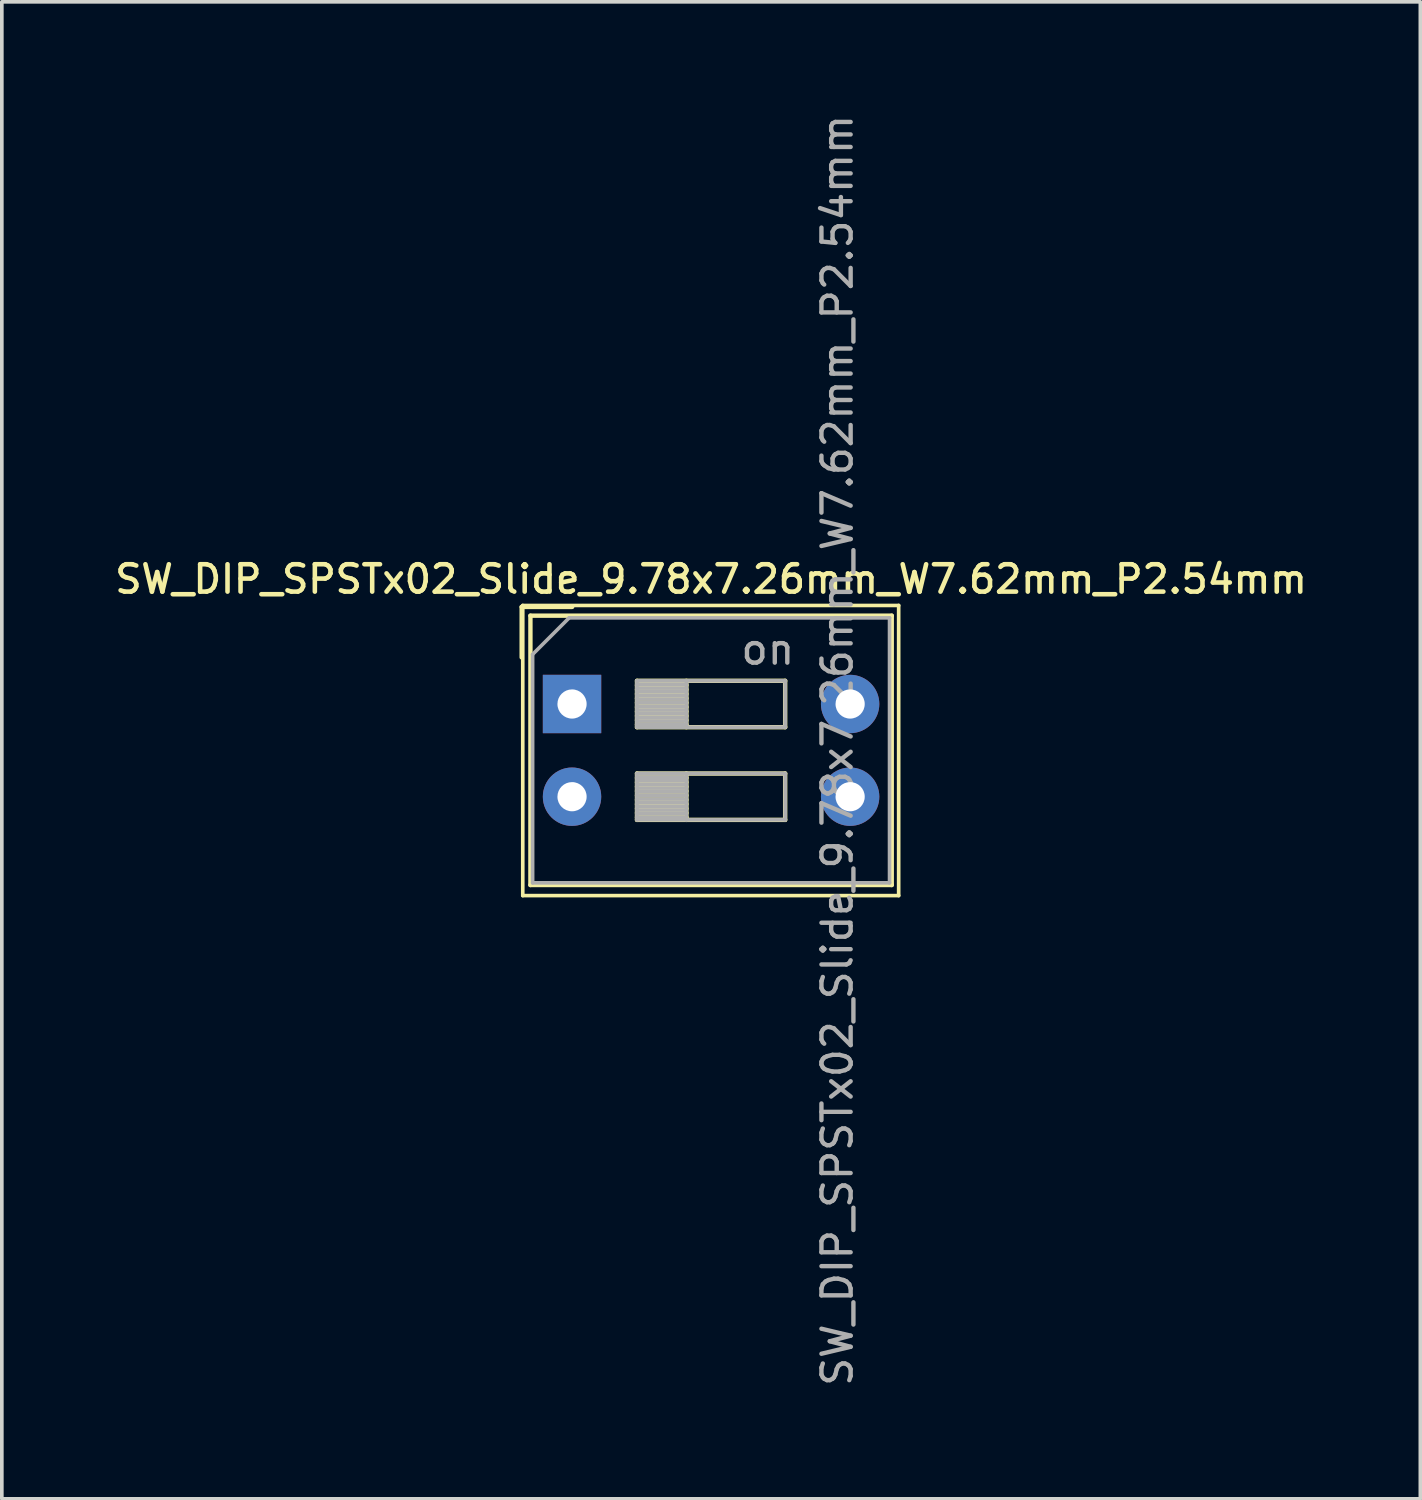
<source format=kicad_pcb>
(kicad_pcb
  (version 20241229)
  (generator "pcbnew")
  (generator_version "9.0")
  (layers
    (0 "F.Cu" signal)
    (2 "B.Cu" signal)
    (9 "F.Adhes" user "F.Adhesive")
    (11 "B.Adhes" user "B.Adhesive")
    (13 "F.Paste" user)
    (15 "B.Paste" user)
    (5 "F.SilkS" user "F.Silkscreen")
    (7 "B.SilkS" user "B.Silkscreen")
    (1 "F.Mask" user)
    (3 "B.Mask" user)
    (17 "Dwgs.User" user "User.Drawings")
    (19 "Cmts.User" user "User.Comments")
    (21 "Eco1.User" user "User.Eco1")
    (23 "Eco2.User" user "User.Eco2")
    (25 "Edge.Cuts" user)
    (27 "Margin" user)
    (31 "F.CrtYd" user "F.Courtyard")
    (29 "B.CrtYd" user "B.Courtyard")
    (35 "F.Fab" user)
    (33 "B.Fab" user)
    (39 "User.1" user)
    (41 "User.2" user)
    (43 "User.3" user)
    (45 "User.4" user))
  (footprint "SW_DIP_SPSTx02_Slide_9.78x7.26mm_W7.62mm_P2.54mm"
    (layer "F.Cu")
    (at 12.624 16.24)
    (property "Reference" "SW_DIP_SPSTx02_Slide_9.78x7.26mm_W7.62mm_P2.54mm" (at 3.81 -3.42 0) (layer "F.SilkS") (effects (font (size 0.75 0.75) (thickness 0.125))))
    (attr through_hole)
    (fp_line (start -1.38 -2.66) (end -1.38 -1.277) (stroke (width 0.12) (type solid)) (layer "F.SilkS"))
    (fp_line (start -1.38 -2.66) (end 0.004 -2.66) (stroke (width 0.12) (type solid)) (layer "F.SilkS"))
    (fp_line (start -1.35 -2.7) (end -1.35 5.25) (stroke (width 0.1) (type solid)) (layer "F.SilkS"))
    (fp_line (start -1.35 5.25) (end 8.95 5.25) (stroke (width 0.1) (type solid)) (layer "F.SilkS"))
    (fp_line (start -1.14 -2.42) (end -1.14 4.96) (stroke (width 0.12) (type solid)) (layer "F.SilkS"))
    (fp_line (start -1.14 -2.42) (end 8.76 -2.42) (stroke (width 0.12) (type solid)) (layer "F.SilkS"))
    (fp_line (start -1.14 4.96) (end 8.76 4.96) (stroke (width 0.12) (type solid)) (layer "F.SilkS"))
    (fp_line (start 1.78 -0.635) (end 1.78 0.635) (stroke (width 0.12) (type solid)) (layer "F.SilkS"))
    (fp_line (start 1.78 -0.515) (end 3.133 -0.515) (stroke (width 0.12) (type solid)) (layer "F.SilkS"))
    (fp_line (start 1.78 -0.395) (end 3.133 -0.395) (stroke (width 0.12) (type solid)) (layer "F.SilkS"))
    (fp_line (start 1.78 -0.275) (end 3.133 -0.275) (stroke (width 0.12) (type solid)) (layer "F.SilkS"))
    (fp_line (start 1.78 -0.155) (end 3.133 -0.155) (stroke (width 0.12) (type solid)) (layer "F.SilkS"))
    (fp_line (start 1.78 -0.035) (end 3.133 -0.035) (stroke (width 0.12) (type solid)) (layer "F.SilkS"))
    (fp_line (start 1.78 0.085) (end 3.133 0.085) (stroke (width 0.12) (type solid)) (layer "F.SilkS"))
    (fp_line (start 1.78 0.205) (end 3.133 0.205) (stroke (width 0.12) (type solid)) (layer "F.SilkS"))
    (fp_line (start 1.78 0.325) (end 3.133 0.325) (stroke (width 0.12) (type solid)) (layer "F.SilkS"))
    (fp_line (start 1.78 0.445) (end 3.133 0.445) (stroke (width 0.12) (type solid)) (layer "F.SilkS"))
    (fp_line (start 1.78 0.565) (end 3.133 0.565) (stroke (width 0.12) (type solid)) (layer "F.SilkS"))
    (fp_line (start 1.78 0.635) (end 5.84 0.635) (stroke (width 0.12) (type solid)) (layer "F.SilkS"))
    (fp_line (start 1.78 1.905) (end 1.78 3.175) (stroke (width 0.12) (type solid)) (layer "F.SilkS"))
    (fp_line (start 1.78 2.025) (end 3.133 2.025) (stroke (width 0.12) (type solid)) (layer "F.SilkS"))
    (fp_line (start 1.78 2.145) (end 3.133 2.145) (stroke (width 0.12) (type solid)) (layer "F.SilkS"))
    (fp_line (start 1.78 2.265) (end 3.133 2.265) (stroke (width 0.12) (type solid)) (layer "F.SilkS"))
    (fp_line (start 1.78 2.385) (end 3.133 2.385) (stroke (width 0.12) (type solid)) (layer "F.SilkS"))
    (fp_line (start 1.78 2.505) (end 3.133 2.505) (stroke (width 0.12) (type solid)) (layer "F.SilkS"))
    (fp_line (start 1.78 2.625) (end 3.133 2.625) (stroke (width 0.12) (type solid)) (layer "F.SilkS"))
    (fp_line (start 1.78 2.745) (end 3.133 2.745) (stroke (width 0.12) (type solid)) (layer "F.SilkS"))
    (fp_line (start 1.78 2.865) (end 3.133 2.865) (stroke (width 0.12) (type solid)) (layer "F.SilkS"))
    (fp_line (start 1.78 2.985) (end 3.133 2.985) (stroke (width 0.12) (type solid)) (layer "F.SilkS"))
    (fp_line (start 1.78 3.105) (end 3.133 3.105) (stroke (width 0.12) (type solid)) (layer "F.SilkS"))
    (fp_line (start 1.78 3.175) (end 5.84 3.175) (stroke (width 0.12) (type solid)) (layer "F.SilkS"))
    (fp_line (start 3.133 -0.635) (end 3.133 0.635) (stroke (width 0.12) (type solid)) (layer "F.SilkS"))
    (fp_line (start 3.133 1.905) (end 3.133 3.175) (stroke (width 0.12) (type solid)) (layer "F.SilkS"))
    (fp_line (start 5.84 -0.635) (end 1.78 -0.635) (stroke (width 0.12) (type solid)) (layer "F.SilkS"))
    (fp_line (start 5.84 0.635) (end 5.84 -0.635) (stroke (width 0.12) (type solid)) (layer "F.SilkS"))
    (fp_line (start 5.84 1.905) (end 1.78 1.905) (stroke (width 0.12) (type solid)) (layer "F.SilkS"))
    (fp_line (start 5.84 3.175) (end 5.84 1.905) (stroke (width 0.12) (type solid)) (layer "F.SilkS"))
    (fp_line (start 8.76 -2.42) (end 8.76 4.96) (stroke (width 0.12) (type solid)) (layer "F.SilkS"))
    (fp_line (start 8.95 -2.7) (end -1.35 -2.7) (stroke (width 0.1) (type solid)) (layer "F.SilkS"))
    (fp_line (start 8.95 5.25) (end 8.95 -2.7) (stroke (width 0.1) (type solid)) (layer "F.SilkS"))
    (fp_line (start -1.08 -1.36) (end -0.08 -2.36) (stroke (width 0.1) (type solid)) (layer "F.Fab"))
    (fp_line (start -1.08 4.9) (end -1.08 -1.36) (stroke (width 0.1) (type solid)) (layer "F.Fab"))
    (fp_line (start -0.08 -2.36) (end 8.7 -2.36) (stroke (width 0.1) (type solid)) (layer "F.Fab"))
    (fp_line (start 1.78 -0.635) (end 1.78 0.635) (stroke (width 0.1) (type solid)) (layer "F.Fab"))
    (fp_line (start 1.78 -0.535) (end 3.133 -0.535) (stroke (width 0.1) (type solid)) (layer "F.Fab"))
    (fp_line (start 1.78 -0.435) (end 3.133 -0.435) (stroke (width 0.1) (type solid)) (layer "F.Fab"))
    (fp_line (start 1.78 -0.335) (end 3.133 -0.335) (stroke (width 0.1) (type solid)) (layer "F.Fab"))
    (fp_line (start 1.78 -0.235) (end 3.133 -0.235) (stroke (width 0.1) (type solid)) (layer "F.Fab"))
    (fp_line (start 1.78 -0.135) (end 3.133 -0.135) (stroke (width 0.1) (type solid)) (layer "F.Fab"))
    (fp_line (start 1.78 -0.035) (end 3.133 -0.035) (stroke (width 0.1) (type solid)) (layer "F.Fab"))
    (fp_line (start 1.78 0.065) (end 3.133 0.065) (stroke (width 0.1) (type solid)) (layer "F.Fab"))
    (fp_line (start 1.78 0.165) (end 3.133 0.165) (stroke (width 0.1) (type solid)) (layer "F.Fab"))
    (fp_line (start 1.78 0.265) (end 3.133 0.265) (stroke (width 0.1) (type solid)) (layer "F.Fab"))
    (fp_line (start 1.78 0.365) (end 3.133 0.365) (stroke (width 0.1) (type solid)) (layer "F.Fab"))
    (fp_line (start 1.78 0.465) (end 3.133 0.465) (stroke (width 0.1) (type solid)) (layer "F.Fab"))
    (fp_line (start 1.78 0.565) (end 3.133 0.565) (stroke (width 0.1) (type solid)) (layer "F.Fab"))
    (fp_line (start 1.78 0.635) (end 5.84 0.635) (stroke (width 0.1) (type solid)) (layer "F.Fab"))
    (fp_line (start 1.78 1.905) (end 1.78 3.175) (stroke (width 0.1) (type solid)) (layer "F.Fab"))
    (fp_line (start 1.78 2.005) (end 3.133 2.005) (stroke (width 0.1) (type solid)) (layer "F.Fab"))
    (fp_line (start 1.78 2.105) (end 3.133 2.105) (stroke (width 0.1) (type solid)) (layer "F.Fab"))
    (fp_line (start 1.78 2.205) (end 3.133 2.205) (stroke (width 0.1) (type solid)) (layer "F.Fab"))
    (fp_line (start 1.78 2.305) (end 3.133 2.305) (stroke (width 0.1) (type solid)) (layer "F.Fab"))
    (fp_line (start 1.78 2.405) (end 3.133 2.405) (stroke (width 0.1) (type solid)) (layer "F.Fab"))
    (fp_line (start 1.78 2.505) (end 3.133 2.505) (stroke (width 0.1) (type solid)) (layer "F.Fab"))
    (fp_line (start 1.78 2.605) (end 3.133 2.605) (stroke (width 0.1) (type solid)) (layer "F.Fab"))
    (fp_line (start 1.78 2.705) (end 3.133 2.705) (stroke (width 0.1) (type solid)) (layer "F.Fab"))
    (fp_line (start 1.78 2.805) (end 3.133 2.805) (stroke (width 0.1) (type solid)) (layer "F.Fab"))
    (fp_line (start 1.78 2.905) (end 3.133 2.905) (stroke (width 0.1) (type solid)) (layer "F.Fab"))
    (fp_line (start 1.78 3.005) (end 3.133 3.005) (stroke (width 0.1) (type solid)) (layer "F.Fab"))
    (fp_line (start 1.78 3.105) (end 3.133 3.105) (stroke (width 0.1) (type solid)) (layer "F.Fab"))
    (fp_line (start 1.78 3.175) (end 5.84 3.175) (stroke (width 0.1) (type solid)) (layer "F.Fab"))
    (fp_line (start 3.133 -0.635) (end 3.133 0.635) (stroke (width 0.1) (type solid)) (layer "F.Fab"))
    (fp_line (start 3.133 1.905) (end 3.133 3.175) (stroke (width 0.1) (type solid)) (layer "F.Fab"))
    (fp_line (start 5.84 -0.635) (end 1.78 -0.635) (stroke (width 0.1) (type solid)) (layer "F.Fab"))
    (fp_line (start 5.84 0.635) (end 5.84 -0.635) (stroke (width 0.1) (type solid)) (layer "F.Fab"))
    (fp_line (start 5.84 1.905) (end 1.78 1.905) (stroke (width 0.1) (type solid)) (layer "F.Fab"))
    (fp_line (start 5.84 3.175) (end 5.84 1.905) (stroke (width 0.1) (type solid)) (layer "F.Fab"))
    (fp_line (start 8.7 -2.36) (end 8.7 4.9) (stroke (width 0.1) (type solid)) (layer "F.Fab"))
    (fp_line (start 8.7 4.9) (end -1.08 4.9) (stroke (width 0.1) (type solid)) (layer "F.Fab"))
    (fp_text user "${REFERENCE}" (at 7.27 1.27 90) (layer "F.Fab") (effects (font (size 0.8 0.8) (thickness 0.12))))
    (fp_text user "on" (at 5.365 -1.498 0) (layer "F.Fab") (effects (font (size 0.8 0.8) (thickness 0.12))))
    (pad "1" thru_hole rect (at 0 0) (size 1.6 1.6) (drill 0.8) (layers "*.Cu" "*.Mask"))
    (pad "2" thru_hole oval (at 0 2.54) (size 1.6 1.6) (drill 0.8) (layers "*.Cu" "*.Mask"))
    (pad "3" thru_hole oval (at 7.62 2.54) (size 1.6 1.6) (drill 0.8) (layers "*.Cu" "*.Mask"))
    (pad "4" thru_hole oval (at 7.62 0) (size 1.6 1.6) (drill 0.8) (layers "*.Cu" "*.Mask")))
  (gr_rect
    (start -3 -3)
    (end 35.868 38.019)
    (stroke (width 0.1) (type default))
    (fill no)
    (layer "Edge.Cuts")))
</source>
